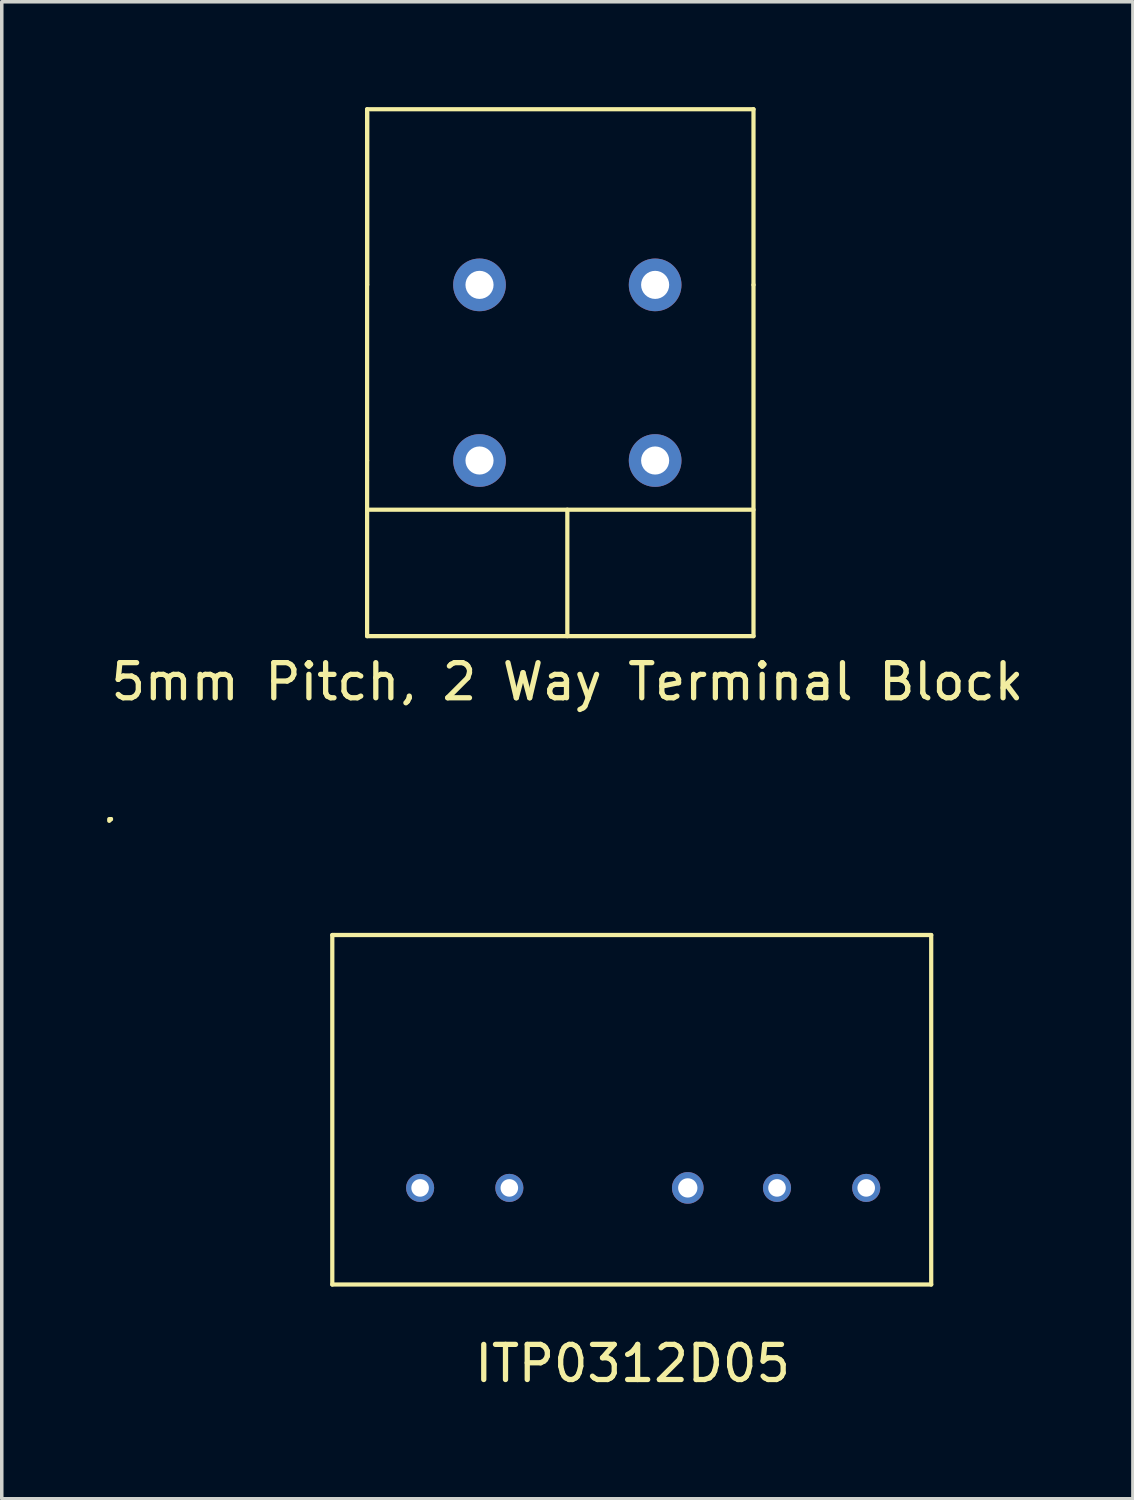
<source format=kicad_pcb>
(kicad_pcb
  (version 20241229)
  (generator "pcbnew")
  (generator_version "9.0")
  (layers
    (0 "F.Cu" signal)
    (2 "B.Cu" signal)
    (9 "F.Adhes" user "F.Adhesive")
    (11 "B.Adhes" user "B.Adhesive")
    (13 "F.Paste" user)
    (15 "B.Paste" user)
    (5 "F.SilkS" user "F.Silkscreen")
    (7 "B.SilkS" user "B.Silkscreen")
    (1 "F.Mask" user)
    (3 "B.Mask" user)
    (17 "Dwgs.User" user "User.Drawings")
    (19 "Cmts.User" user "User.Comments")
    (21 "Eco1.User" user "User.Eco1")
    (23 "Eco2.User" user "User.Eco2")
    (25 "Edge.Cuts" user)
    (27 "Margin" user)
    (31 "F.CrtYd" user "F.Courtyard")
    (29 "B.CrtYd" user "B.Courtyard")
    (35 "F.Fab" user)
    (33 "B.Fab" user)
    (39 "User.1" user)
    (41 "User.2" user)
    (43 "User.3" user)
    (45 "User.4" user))
  (footprint "ITP0312D05"
    (layer "F.Cu")
    (at 14.91 30.768)
    (property "Reference" "ITP0312D05" (at 0.05 5 0) (layer "F.SilkS") (effects (font (size 1 1) (thickness 0.15))))
    (attr through_hole)
    (fp_line (start -14.85 -10.5) (end -14.8 -10.5) (stroke (width 0.12) (type solid)) (layer "F.SilkS"))
    (fp_line (start -14.8 -10.5) (end -14.85 -10.45) (stroke (width 0.12) (type solid)) (layer "F.SilkS"))
    (fp_line (start -8.5 -7.2) (end -8.45 -7.2) (stroke (width 0.12) (type solid)) (layer "F.SilkS"))
    (fp_line (start -8.5 2.75) (end -8.5 -7.2) (stroke (width 0.12) (type solid)) (layer "F.SilkS"))
    (fp_line (start -8.45 -7.2) (end 8.55 -7.2) (stroke (width 0.12) (type solid)) (layer "F.SilkS"))
    (fp_line (start 8.55 -7.2) (end 8.55 2.75) (stroke (width 0.12) (type solid)) (layer "F.SilkS"))
    (fp_line (start 8.55 2.75) (end -8.5 2.75) (stroke (width 0.12) (type solid)) (layer "F.SilkS"))
    (pad "1" thru_hole circle (at -6 0) (size 0.8 0.8) (drill 0.5) (layers "*.Cu" "*.Mask"))
    (pad "2" thru_hole circle (at -3.46 0) (size 0.8 0.8) (drill 0.5) (layers "*.Cu" "*.Mask"))
    (pad "4" thru_hole circle (at 1.62 0) (size 0.9 0.9) (drill 0.55) (layers "*.Cu" "*.Mask"))
    (pad "5" thru_hole circle (at 4.16 0) (size 0.8 0.8) (drill 0.5) (layers "*.Cu" "*.Mask"))
    (pad "6" thru_hole circle (at 6.7 0) (size 0.8 0.8) (drill 0.5) (layers "*.Cu" "*.Mask")))
  (footprint "5mm Pitch, 2 Way Terminal Block"
    (layer "F.Cu")
    (at 13.101 4.96)
    (property "Reference" "5mm Pitch, 2 Way Terminal Block" (at 0 11.4 0) (layer "F.SilkS") (effects (font (size 1 1) (thickness 0.15))))
    (attr through_hole)
    (fp_line (start -5.7 -4.9) (end 5.3 -4.9) (stroke (width 0.12) (type solid)) (layer "F.SilkS"))
    (fp_line (start -5.7 0.1) (end -5.7 -4.9) (stroke (width 0.12) (type solid)) (layer "F.SilkS"))
    (fp_line (start -5.7 0.1) (end -5.7 -4.8) (stroke (width 0.12) (type solid)) (layer "F.SilkS"))
    (fp_line (start -5.7 5.1) (end -5.7 0.1) (stroke (width 0.12) (type solid)) (layer "F.SilkS"))
    (fp_line (start -5.7 5.1) (end -5.7 10.1) (stroke (width 0.12) (type solid)) (layer "F.SilkS"))
    (fp_line (start -5.7 6.5) (end 5.3 6.5) (stroke (width 0.12) (type solid)) (layer "F.SilkS"))
    (fp_line (start -5.7 10.1) (end 5.3 10.1) (stroke (width 0.12) (type solid)) (layer "F.SilkS"))
    (fp_line (start 0 6.5) (end 0 10.1) (stroke (width 0.12) (type solid)) (layer "F.SilkS"))
    (fp_line (start 5.3 -4.9) (end 5.3 0.1) (stroke (width 0.12) (type solid)) (layer "F.SilkS"))
    (fp_line (start 5.3 10.1) (end 5.3 0.1) (stroke (width 0.12) (type solid)) (layer "F.SilkS"))
    (pad "1" thru_hole circle (at -2.5 0.1) (size 1.5 1.5) (drill 0.8) (layers "*.Cu" "*.Mask"))
    (pad "1" thru_hole circle (at -2.5 5.1) (size 1.5 1.5) (drill 0.8) (layers "*.Cu" "*.Mask"))
    (pad "2" thru_hole circle (at 2.5 0.1) (size 1.5 1.5) (drill 0.8) (layers "*.Cu" "*.Mask"))
    (pad "2" thru_hole circle (at 2.5 5.1) (size 1.5 1.5) (drill 0.8) (layers "*.Cu" "*.Mask")))
  (gr_rect
    (start -3 -3)
    (end 29.202 39.617)
    (stroke (width 0.1) (type default))
    (fill no)
    (layer "Edge.Cuts")))
</source>
